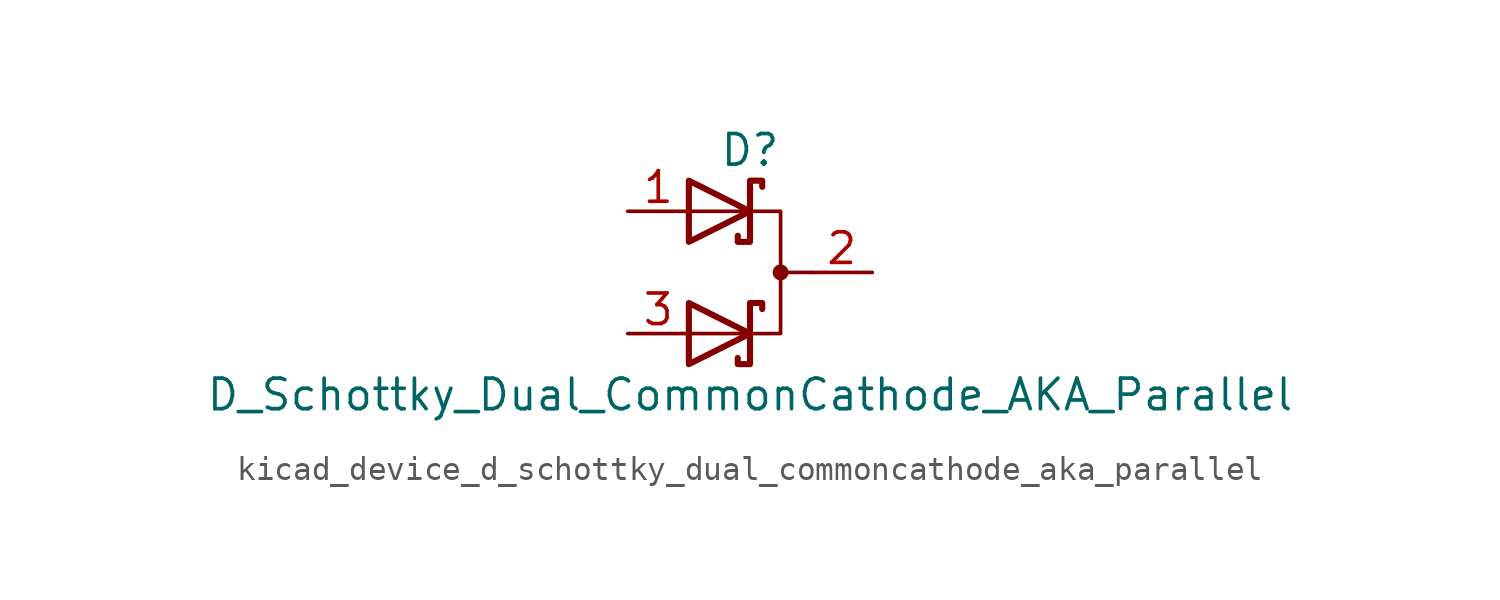
<source format=kicad_sym>
(kicad_symbol_lib
  (version 20220914)
  (generator kicad_symbol_editor)
  (symbol "kicad_device_d_schottky_dual_commoncathode_aka_parallel"
    (pin_names
      (offset 0.762) hide)
    (property "Reference" "D"
      (at 0 5.08 0)
      (effects (font (size 1.27 1.27))))
    (property "Value" "D_Schottky_Dual_CommonCathode_AKA_Parallel"
      (at 0 -5.08 0)
      (effects (font (size 1.27 1.27))))
    (symbol "kicad_device_d_schottky_dual_commoncathode_aka_parallel_0_1"
      (polyline (pts (xy 1.27 0) (xy 2.54 0)) (stroke (width 0) (type default)) (fill (type none)))
      (polyline (pts (xy -2.54 -2.54) (xy 1.27 -2.54) (xy 1.27 2.54) (xy -2.54 2.54)) (stroke (width 0) (type default)) (fill (type none)))
      (polyline (pts (xy -2.54 -1.27) (xy 0 -2.54) (xy -2.54 -3.81) (xy -2.54 -1.27) (xy -2.54 -1.27) (xy -2.54 -1.27)) (stroke (width 0.254) (type default)) (fill (type none)))
      (polyline (pts (xy -2.54 3.81) (xy 0 2.54) (xy -2.54 1.27) (xy -2.54 3.81) (xy -2.54 3.81) (xy -2.54 3.81)) (stroke (width 0.254) (type default)) (fill (type none)))
      (polyline (pts (xy 0.508 -1.524) (xy 0.508 -1.27) (xy 0 -1.27) (xy 0 -3.81) (xy -0.508 -3.81) (xy -0.508 -3.556)) (stroke (width 0.254) (type default)) (fill (type none)))
      (polyline (pts (xy 0.508 3.556) (xy 0.508 3.81) (xy 0 3.81) (xy 0 1.27) (xy -0.508 1.27) (xy -0.508 1.524)) (stroke (width 0.254) (type default)) (fill (type none)))
      (circle (center 1.27 0) (radius 0.254) (stroke (width 0) (type default)) (fill (type outline)))
      (pin passive line (at -5.08 2.54 0) (length 2.54) (name "K" (effects (font (size 1.27 1.27)))) (number "1" (effects (font (size 1.27 1.27)))))
      (pin passive line (at 5.08 0 180) (length 2.54) (name "A" (effects (font (size 1.27 1.27)))) (number "2" (effects (font (size 1.27 1.27)))))
      (pin passive line (at -5.08 -2.54 0) (length 2.54) (name "K" (effects (font (size 1.27 1.27)))) (number "3" (effects (font (size 1.27 1.27))))))))
</source>
